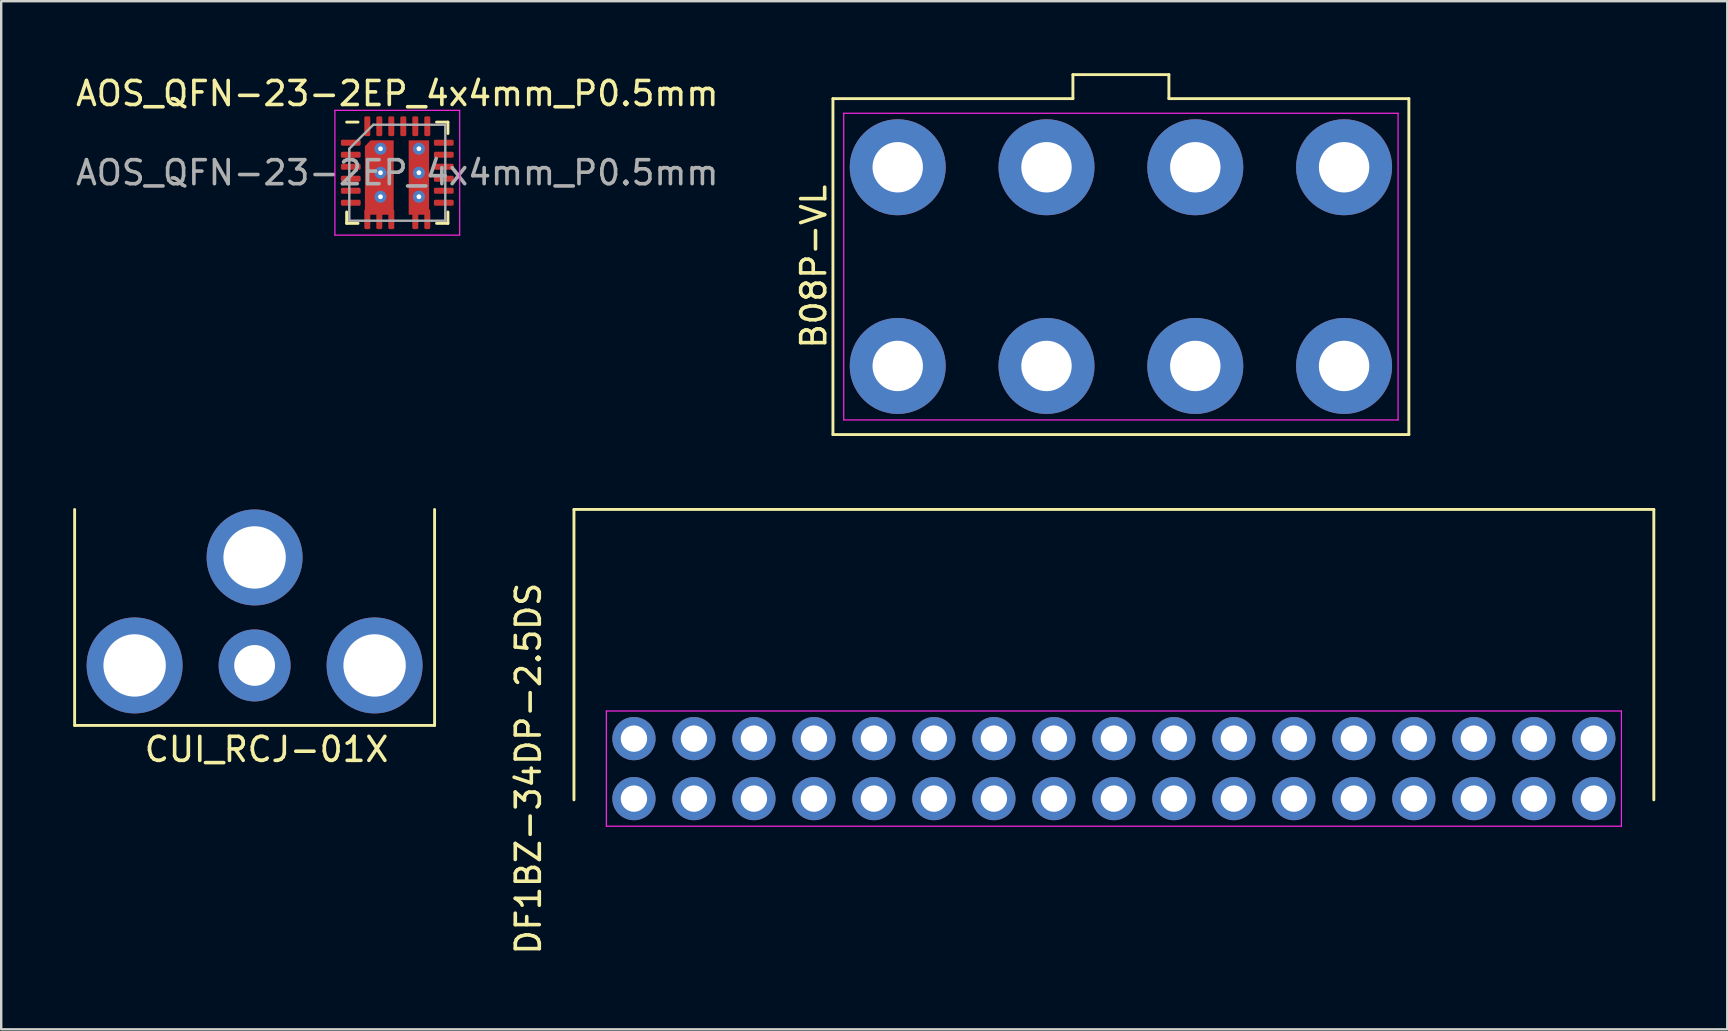
<source format=kicad_pcb>
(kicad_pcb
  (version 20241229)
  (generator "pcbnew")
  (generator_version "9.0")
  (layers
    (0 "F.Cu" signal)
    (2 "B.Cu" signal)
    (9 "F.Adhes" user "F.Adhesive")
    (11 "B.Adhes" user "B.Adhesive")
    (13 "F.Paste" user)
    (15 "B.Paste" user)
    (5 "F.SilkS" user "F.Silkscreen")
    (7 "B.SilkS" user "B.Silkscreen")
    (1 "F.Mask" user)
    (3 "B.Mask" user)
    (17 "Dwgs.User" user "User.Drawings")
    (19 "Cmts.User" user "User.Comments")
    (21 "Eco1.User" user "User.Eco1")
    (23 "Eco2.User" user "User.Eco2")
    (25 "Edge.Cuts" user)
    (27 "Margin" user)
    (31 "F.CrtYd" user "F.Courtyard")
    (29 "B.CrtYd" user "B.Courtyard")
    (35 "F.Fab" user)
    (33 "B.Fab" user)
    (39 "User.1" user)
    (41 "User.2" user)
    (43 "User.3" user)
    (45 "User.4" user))
  (footprint "B08P-VL"
    (layer "F.Cu")
    (at 43.66 8.06)
    (property "Reference" "B08P-VL" (at -12.8 0 90) (layer "F.SilkS") (effects (font (size 1 1) (thickness 0.15))))
    (attr through_hole)
    (fp_line (start -12 -7) (end -2 -7) (stroke (width 0.12) (type solid)) (layer "F.SilkS"))
    (fp_line (start -12 7) (end -12 -7) (stroke (width 0.12) (type solid)) (layer "F.SilkS"))
    (fp_line (start -2 -8) (end 2 -8) (stroke (width 0.12) (type solid)) (layer "F.SilkS"))
    (fp_line (start -2 -7) (end -2 -8) (stroke (width 0.12) (type solid)) (layer "F.SilkS"))
    (fp_line (start 2 -8) (end 2 -7) (stroke (width 0.12) (type solid)) (layer "F.SilkS"))
    (fp_line (start 2 -7) (end 12 -7) (stroke (width 0.12) (type solid)) (layer "F.SilkS"))
    (fp_line (start 12 -7) (end 12 7) (stroke (width 0.12) (type solid)) (layer "F.SilkS"))
    (fp_line (start 12 7) (end -12 7) (stroke (width 0.12) (type solid)) (layer "F.SilkS"))
    (fp_line (start -11.55 -6.39) (end 11.55 -6.39) (stroke (width 0.05) (type solid)) (layer "F.CrtYd"))
    (fp_line (start -11.55 6.39) (end -11.55 -6.39) (stroke (width 0.05) (type solid)) (layer "F.CrtYd"))
    (fp_line (start 11.55 -6.39) (end 11.55 6.39) (stroke (width 0.05) (type solid)) (layer "F.CrtYd"))
    (fp_line (start 11.55 6.39) (end -11.55 6.39) (stroke (width 0.05) (type solid)) (layer "F.CrtYd"))
    (pad "1" thru_hole circle (at -9.3 -4.14) (size 4 4) (drill 2.1) (layers "*.Cu" "*.Mask"))
    (pad "2" thru_hole circle (at -3.1 -4.14) (size 4 4) (drill 2.1) (layers "*.Cu" "*.Mask"))
    (pad "3" thru_hole circle (at 3.1 -4.14) (size 4 4) (drill 2.1) (layers "*.Cu" "*.Mask"))
    (pad "4" thru_hole circle (at 9.3 -4.14) (size 4 4) (drill 2.1) (layers "*.Cu" "*.Mask"))
    (pad "5" thru_hole circle (at -9.3 4.14) (size 4 4) (drill 2.1) (layers "*.Cu" "*.Mask"))
    (pad "6" thru_hole circle (at -3.1 4.14) (size 4 4) (drill 2.1) (layers "*.Cu" "*.Mask"))
    (pad "7" thru_hole circle (at 3.1 4.14) (size 4 4) (drill 2.1) (layers "*.Cu" "*.Mask"))
    (pad "8" thru_hole circle (at 9.3 4.14) (size 4 4) (drill 2.1) (layers "*.Cu" "*.Mask")))
  (footprint "DF1BZ-34DP-2.5DS"
    (layer "F.Cu")
    (at 43.368 28.98)
    (property "Reference" "DF1BZ-34DP-2.5DS" (at -24.4 0 90) (layer "F.SilkS") (effects (font (size 1 1) (thickness 0.15))))
    (attr through_hole)
    (fp_line (start -22.5 -10.8) (end 22.5 -10.8) (stroke (width 0.12) (type solid)) (layer "F.SilkS"))
    (fp_line (start -22.5 1.3) (end -22.5 -10.8) (stroke (width 0.12) (type solid)) (layer "F.SilkS"))
    (fp_line (start 22.5 -10.8) (end 22.5 1.3) (stroke (width 0.12) (type solid)) (layer "F.SilkS"))
    (fp_line (start -21.15 -2.4) (end 21.15 -2.4) (stroke (width 0.05) (type solid)) (layer "F.CrtYd"))
    (fp_line (start -21.15 2.4) (end -21.15 -2.4) (stroke (width 0.05) (type solid)) (layer "F.CrtYd"))
    (fp_line (start 21.15 -2.4) (end 21.15 2.4) (stroke (width 0.05) (type solid)) (layer "F.CrtYd"))
    (fp_line (start 21.15 2.4) (end -21.15 2.4) (stroke (width 0.05) (type solid)) (layer "F.CrtYd"))
    (pad "1" thru_hole circle (at 20 1.25) (size 1.8 1.8) (drill 1.1) (layers "*.Cu" "*.Mask"))
    (pad "2" thru_hole circle (at 20 -1.25) (size 1.8 1.8) (drill 1.1) (layers "*.Cu" "*.Mask"))
    (pad "3" thru_hole circle (at 17.5 1.25) (size 1.8 1.8) (drill 1.1) (layers "*.Cu" "*.Mask"))
    (pad "4" thru_hole circle (at 17.5 -1.25) (size 1.8 1.8) (drill 1.1) (layers "*.Cu" "*.Mask"))
    (pad "5" thru_hole circle (at 15 1.25) (size 1.8 1.8) (drill 1.1) (layers "*.Cu" "*.Mask"))
    (pad "6" thru_hole circle (at 15 -1.25) (size 1.8 1.8) (drill 1.1) (layers "*.Cu" "*.Mask"))
    (pad "7" thru_hole circle (at 12.5 1.25) (size 1.8 1.8) (drill 1.1) (layers "*.Cu" "*.Mask"))
    (pad "8" thru_hole circle (at 12.5 -1.25) (size 1.8 1.8) (drill 1.1) (layers "*.Cu" "*.Mask"))
    (pad "9" thru_hole circle (at 10 1.25) (size 1.8 1.8) (drill 1.1) (layers "*.Cu" "*.Mask"))
    (pad "10" thru_hole circle (at 10 -1.25) (size 1.8 1.8) (drill 1.1) (layers "*.Cu" "*.Mask"))
    (pad "11" thru_hole circle (at 7.5 1.25) (size 1.8 1.8) (drill 1.1) (layers "*.Cu" "*.Mask"))
    (pad "12" thru_hole circle (at 7.5 -1.25) (size 1.8 1.8) (drill 1.1) (layers "*.Cu" "*.Mask"))
    (pad "13" thru_hole circle (at 5 1.25) (size 1.8 1.8) (drill 1.1) (layers "*.Cu" "*.Mask"))
    (pad "14" thru_hole circle (at 5 -1.25) (size 1.8 1.8) (drill 1.1) (layers "*.Cu" "*.Mask"))
    (pad "15" thru_hole circle (at 2.5 1.25) (size 1.8 1.8) (drill 1.1) (layers "*.Cu" "*.Mask"))
    (pad "16" thru_hole circle (at 2.5 -1.25) (size 1.8 1.8) (drill 1.1) (layers "*.Cu" "*.Mask"))
    (pad "17" thru_hole circle (at 0 1.25) (size 1.8 1.8) (drill 1.1) (layers "*.Cu" "*.Mask"))
    (pad "18" thru_hole circle (at 0 -1.25) (size 1.8 1.8) (drill 1.1) (layers "*.Cu" "*.Mask"))
    (pad "19" thru_hole circle (at -2.5 1.25) (size 1.8 1.8) (drill 1.1) (layers "*.Cu" "*.Mask"))
    (pad "20" thru_hole circle (at -2.5 -1.25) (size 1.8 1.8) (drill 1.1) (layers "*.Cu" "*.Mask"))
    (pad "21" thru_hole circle (at -5 1.25) (size 1.8 1.8) (drill 1.1) (layers "*.Cu" "*.Mask"))
    (pad "22" thru_hole circle (at -5 -1.25) (size 1.8 1.8) (drill 1.1) (layers "*.Cu" "*.Mask"))
    (pad "23" thru_hole circle (at -7.5 1.25) (size 1.8 1.8) (drill 1.1) (layers "*.Cu" "*.Mask"))
    (pad "24" thru_hole circle (at -7.5 -1.25) (size 1.8 1.8) (drill 1.1) (layers "*.Cu" "*.Mask"))
    (pad "25" thru_hole circle (at -10 1.25) (size 1.8 1.8) (drill 1.1) (layers "*.Cu" "*.Mask"))
    (pad "26" thru_hole circle (at -10 -1.25) (size 1.8 1.8) (drill 1.1) (layers "*.Cu" "*.Mask"))
    (pad "27" thru_hole circle (at -12.5 1.25) (size 1.8 1.8) (drill 1.1) (layers "*.Cu" "*.Mask"))
    (pad "28" thru_hole circle (at -12.5 -1.25) (size 1.8 1.8) (drill 1.1) (layers "*.Cu" "*.Mask"))
    (pad "29" thru_hole circle (at -15 1.25) (size 1.8 1.8) (drill 1.1) (layers "*.Cu" "*.Mask"))
    (pad "30" thru_hole circle (at -15 -1.25) (size 1.8 1.8) (drill 1.1) (layers "*.Cu" "*.Mask"))
    (pad "31" thru_hole circle (at -17.5 1.25) (size 1.8 1.8) (drill 1.1) (layers "*.Cu" "*.Mask"))
    (pad "32" thru_hole circle (at -17.5 -1.25) (size 1.8 1.8) (drill 1.1) (layers "*.Cu" "*.Mask"))
    (pad "33" thru_hole circle (at -20 1.25) (size 1.8 1.8) (drill 1.1) (layers "*.Cu" "*.Mask"))
    (pad "34" thru_hole circle (at -20 -1.25) (size 1.8 1.8) (drill 1.1) (layers "*.Cu" "*.Mask")))
  (footprint "AOS_QFN-23-2EP_4x4mm_P0.5mm"
    (layer "F.Cu")
    (at 13.506 4.148)
    (property "Reference" "AOS_QFN-23-2EP_4x4mm_P0.5mm" (at 0 -3.3 0) (layer "F.SilkS") (effects (font (size 1 1) (thickness 0.15))))
    (attr smd)
    (fp_line (start -2.11 2.11) (end -2.11 1.635) (stroke (width 0.12) (type solid)) (layer "F.SilkS"))
    (fp_line (start -1.635 -2.11) (end -2.11 -2.11) (stroke (width 0.12) (type solid)) (layer "F.SilkS"))
    (fp_line (start -1.635 2.11) (end -2.11 2.11) (stroke (width 0.12) (type solid)) (layer "F.SilkS"))
    (fp_line (start 1.635 -2.11) (end 2.11 -2.11) (stroke (width 0.12) (type solid)) (layer "F.SilkS"))
    (fp_line (start 1.635 2.11) (end 2.11 2.11) (stroke (width 0.12) (type solid)) (layer "F.SilkS"))
    (fp_line (start 2.11 -2.11) (end 2.11 -1.635) (stroke (width 0.12) (type solid)) (layer "F.SilkS"))
    (fp_line (start 2.11 2.11) (end 2.11 1.635) (stroke (width 0.12) (type solid)) (layer "F.SilkS"))
    (fp_line (start -2.6 -2.6) (end -2.6 2.6) (stroke (width 0.05) (type solid)) (layer "F.CrtYd"))
    (fp_line (start -2.6 2.6) (end 2.6 2.6) (stroke (width 0.05) (type solid)) (layer "F.CrtYd"))
    (fp_line (start 2.6 -2.6) (end -2.6 -2.6) (stroke (width 0.05) (type solid)) (layer "F.CrtYd"))
    (fp_line (start 2.6 2.6) (end 2.6 -2.6) (stroke (width 0.05) (type solid)) (layer "F.CrtYd"))
    (fp_line (start -2 -1) (end -1 -2) (stroke (width 0.1) (type solid)) (layer "F.Fab"))
    (fp_line (start -2 2) (end -2 -1) (stroke (width 0.1) (type solid)) (layer "F.Fab"))
    (fp_line (start -1 -2) (end 2 -2) (stroke (width 0.1) (type solid)) (layer "F.Fab"))
    (fp_line (start 2 -2) (end 2 2) (stroke (width 0.1) (type solid)) (layer "F.Fab"))
    (fp_line (start 2 2) (end -2 2) (stroke (width 0.1) (type solid)) (layer "F.Fab"))
    (fp_text user "${REFERENCE}" (at 0 0 0) (layer "F.Fab") (effects (font (size 1 1) (thickness 0.15))))
    (pad "" smd roundrect (at -0.75 -0.65) (size 0.875 1.075) (layers "F.Paste") (roundrect_rratio 0.238))
    (pad "" smd roundrect (at -0.75 0.65) (size 0.875 1.075) (layers "F.Paste") (roundrect_rratio 0.238))
    (pad "" smd roundrect (at 0.9 -0.7) (size 0.525 1.05) (layers "F.Paste") (roundrect_rratio 0.238))
    (pad "" smd roundrect (at 0.9 0.65) (size 0.525 1.025) (layers "F.Paste") (roundrect_rratio 0.238))
    (pad "1" smd roundrect (at -1.938 -1.25) (size 0.825 0.25) (layers "F.Cu" "F.Mask" "F.Paste") (roundrect_rratio 0.25))
    (pad "2" smd roundrect (at -1.938 -0.75) (size 0.825 0.25) (layers "F.Cu" "F.Mask" "F.Paste") (roundrect_rratio 0.25))
    (pad "3" smd roundrect (at -1.938 -0.25) (size 0.825 0.25) (layers "F.Cu" "F.Mask" "F.Paste") (roundrect_rratio 0.25))
    (pad "4" smd roundrect (at -1.938 0.25) (size 0.825 0.25) (layers "F.Cu" "F.Mask" "F.Paste") (roundrect_rratio 0.25))
    (pad "5" smd roundrect (at -1.938 0.75) (size 0.825 0.25) (layers "F.Cu" "F.Mask" "F.Paste") (roundrect_rratio 0.25))
    (pad "6" smd roundrect (at -1.938 1.25) (size 0.825 0.25) (layers "F.Cu" "F.Mask" "F.Paste") (roundrect_rratio 0.25))
    (pad "7" smd roundrect (at -1.25 1.938) (size 0.25 0.825) (layers "F.Cu" "F.Mask" "F.Paste") (roundrect_rratio 0.25))
    (pad "7" smd roundrect (at -0.75 0.2) (size 1.2 3.1) (layers "F.Cu" "F.Mask") (roundrect_rratio 0) (chamfer_ratio 0.2) (chamfer top_left))
    (pad "8" smd roundrect (at -0.75 1.938) (size 0.25 0.825) (layers "F.Cu" "F.Mask" "F.Paste") (roundrect_rratio 0.25))
    (pad "9" smd roundrect (at -0.25 1.938) (size 0.25 0.825) (layers "F.Cu" "F.Mask" "F.Paste") (roundrect_rratio 0.25))
    (pad "10" smd roundrect (at 0.75 1.938) (size 0.25 0.825) (layers "F.Cu" "F.Mask" "F.Paste") (roundrect_rratio 0.25))
    (pad "10" thru_hole circle (at 0.9 -1) (size 0.5 0.5) (drill 0.2) (layers "*.Cu"))
    (pad "10" thru_hole circle (at 0.9 0) (size 0.5 0.5) (drill 0.2) (layers "*.Cu"))
    (pad "10" smd rect (at 0.9 0.2) (size 0.85 3.1) (layers "F.Cu" "F.Mask"))
    (pad "10" thru_hole circle (at 0.9 1) (size 0.5 0.5) (drill 0.2) (layers "*.Cu"))
    (pad "11" smd roundrect (at 1.25 1.938) (size 0.25 0.825) (layers "F.Cu" "F.Mask" "F.Paste") (roundrect_rratio 0.25))
    (pad "12" smd roundrect (at 1.938 1.25) (size 0.825 0.25) (layers "F.Cu" "F.Mask" "F.Paste") (roundrect_rratio 0.25))
    (pad "13" smd roundrect (at 1.938 0.75) (size 0.825 0.25) (layers "F.Cu" "F.Mask" "F.Paste") (roundrect_rratio 0.25))
    (pad "14" smd roundrect (at 1.938 0.25) (size 0.825 0.25) (layers "F.Cu" "F.Mask" "F.Paste") (roundrect_rratio 0.25))
    (pad "15" smd roundrect (at 1.938 -0.25) (size 0.825 0.25) (layers "F.Cu" "F.Mask" "F.Paste") (roundrect_rratio 0.25))
    (pad "16" smd roundrect (at 1.938 -0.75) (size 0.825 0.25) (layers "F.Cu" "F.Mask" "F.Paste") (roundrect_rratio 0.25))
    (pad "17" smd roundrect (at 1.938 -1.25) (size 0.825 0.25) (layers "F.Cu" "F.Mask" "F.Paste") (roundrect_rratio 0.25))
    (pad "18" smd roundrect (at 1.25 -1.938) (size 0.25 0.825) (layers "F.Cu" "F.Mask" "F.Paste") (roundrect_rratio 0.25))
    (pad "19" smd roundrect (at 0.75 -1.938) (size 0.25 0.825) (layers "F.Cu" "F.Mask" "F.Paste") (roundrect_rratio 0.25))
    (pad "20" smd roundrect (at 0.25 -1.938) (size 0.25 0.825) (layers "F.Cu" "F.Mask" "F.Paste") (roundrect_rratio 0.25))
    (pad "21" thru_hole circle (at -0.7 -1) (size 0.5 0.5) (drill 0.2) (layers "*.Cu"))
    (pad "21" thru_hole circle (at -0.7 0) (size 0.5 0.5) (drill 0.2) (layers "*.Cu"))
    (pad "21" thru_hole circle (at -0.7 1) (size 0.5 0.5) (drill 0.2) (layers "*.Cu"))
    (pad "21" smd roundrect (at -0.25 -1.938) (size 0.25 0.825) (layers "F.Cu" "F.Mask" "F.Paste") (roundrect_rratio 0.25))
    (pad "22" smd roundrect (at -0.75 -1.938) (size 0.25 0.825) (layers "F.Cu" "F.Mask" "F.Paste") (roundrect_rratio 0.25))
    (pad "23" smd roundrect (at -1.25 -1.938) (size 0.25 0.825) (layers "F.Cu" "F.Mask" "F.Paste") (roundrect_rratio 0.25)))
  (footprint "CUI_RCJ-01X"
    (layer "F.Cu")
    (at 7.56 24.68)
    (property "Reference" "CUI_RCJ-01X" (at 0.5 3.5 0) (layer "F.SilkS") (effects (font (size 1 1) (thickness 0.15))))
    (attr through_hole)
    (fp_line (start -7.5 2.5) (end -7.5 -6.5) (stroke (width 0.12) (type solid)) (layer "F.SilkS"))
    (fp_line (start -7.5 2.5) (end 7.5 2.5) (stroke (width 0.12) (type solid)) (layer "F.SilkS"))
    (fp_line (start 7.5 2.5) (end 7.5 -6.5) (stroke (width 0.12) (type solid)) (layer "F.SilkS"))
    (pad "1" thru_hole circle (at 0 0) (size 3 3) (drill 1.7) (layers "*.Cu" "*.Mask"))
    (pad "2" thru_hole circle (at -5 0) (size 4 4) (drill 2.6) (layers "*.Cu" "*.Mask"))
    (pad "2" thru_hole circle (at 0 -4.5) (size 4 4) (drill 2.6) (layers "*.Cu" "*.Mask"))
    (pad "2" thru_hole circle (at 5 0) (size 4 4) (drill 2.6) (layers "*.Cu" "*.Mask")))
  (gr_rect
    (start -3 -3)
    (end 68.928 39.843)
    (stroke (width 0.1) (type default))
    (fill no)
    (layer "Edge.Cuts")))
</source>
